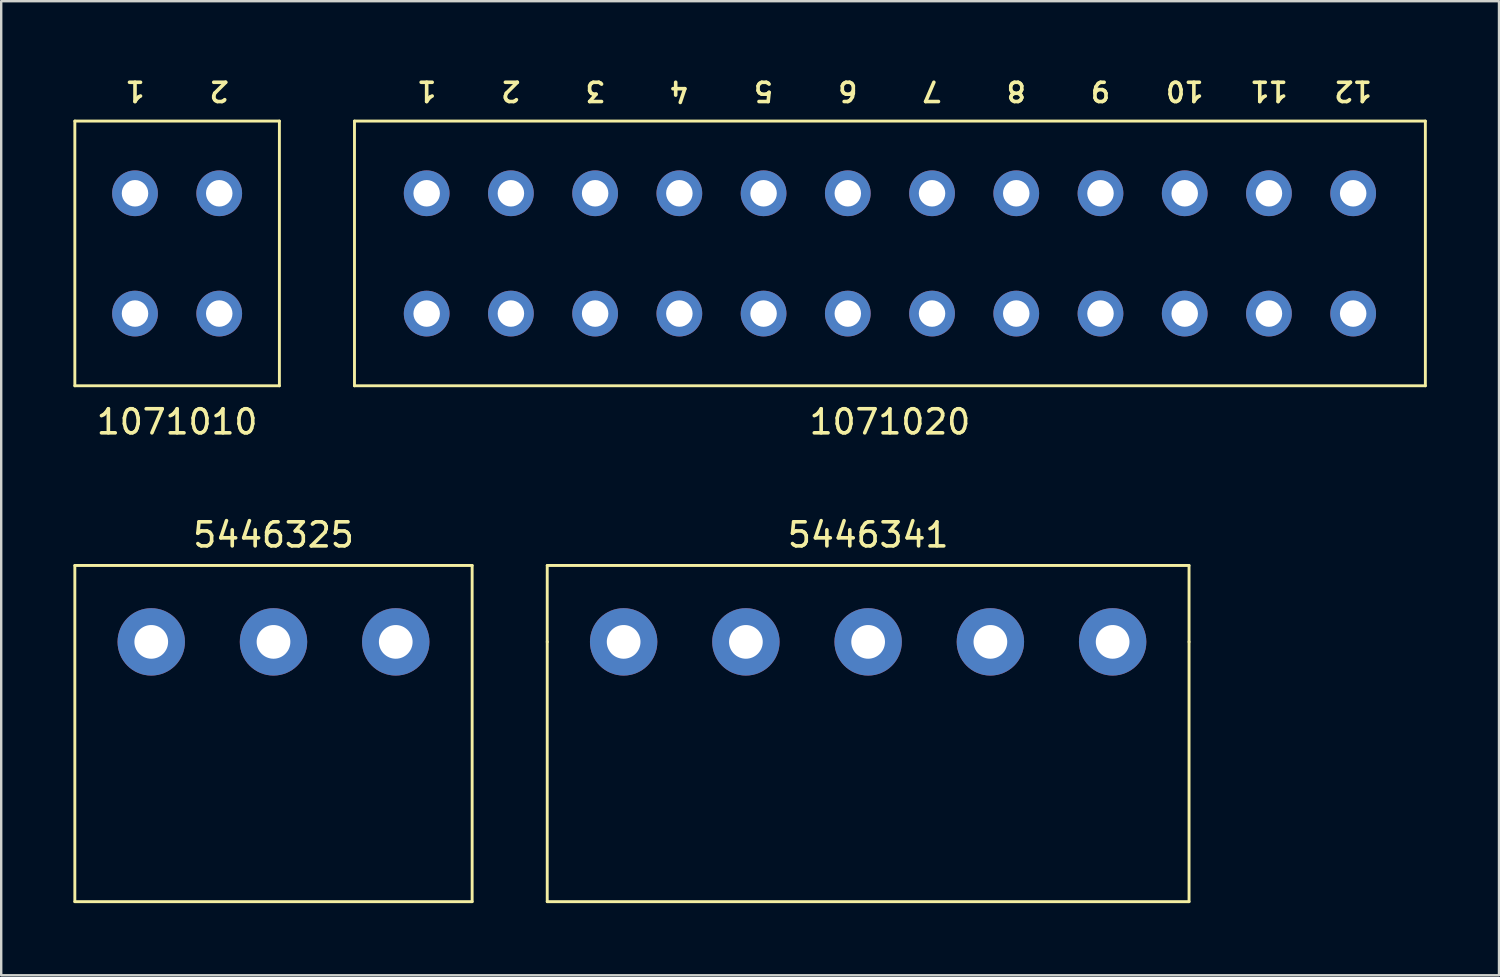
<source format=kicad_pcb>
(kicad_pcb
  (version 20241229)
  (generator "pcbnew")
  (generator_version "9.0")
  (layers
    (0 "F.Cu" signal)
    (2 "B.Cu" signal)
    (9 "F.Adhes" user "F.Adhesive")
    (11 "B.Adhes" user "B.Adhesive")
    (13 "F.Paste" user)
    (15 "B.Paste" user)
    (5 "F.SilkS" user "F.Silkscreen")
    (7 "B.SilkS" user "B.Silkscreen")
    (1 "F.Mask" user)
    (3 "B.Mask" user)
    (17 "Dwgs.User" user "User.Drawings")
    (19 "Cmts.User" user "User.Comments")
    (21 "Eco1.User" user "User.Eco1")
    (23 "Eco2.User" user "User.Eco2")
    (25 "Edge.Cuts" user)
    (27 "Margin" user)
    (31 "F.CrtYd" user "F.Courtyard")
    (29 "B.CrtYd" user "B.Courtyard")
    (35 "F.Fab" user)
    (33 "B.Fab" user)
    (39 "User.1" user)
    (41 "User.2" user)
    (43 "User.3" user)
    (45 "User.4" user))
  (footprint "1071010"
    (layer "F.Cu")
    (at 4.31 7.481)
    (property "Reference" "1071010" (at 0 7 0) (layer "F.SilkS") (effects (font (size 1 1) (thickness 0.15))))
    (attr through_hole)
    (fp_line (start -4.25 -5.5) (end -4.25 5.5) (stroke (width 0.12) (type solid)) (layer "F.SilkS"))
    (fp_line (start -4.25 -5.5) (end 4.25 -5.5) (stroke (width 0.12) (type solid)) (layer "F.SilkS"))
    (fp_line (start -4.25 5.5) (end 4.25 5.5) (stroke (width 0.12) (type solid)) (layer "F.SilkS"))
    (fp_line (start 4.25 -5.5) (end 4.25 5.5) (stroke (width 0.12) (type solid)) (layer "F.SilkS"))
    (fp_text user "1" (at -1.75 -6.75 180) (unlocked yes) (layer "F.SilkS") (effects (font (size 0.8 0.8) (thickness 0.15))))
    (fp_text user "2" (at 1.75 -6.75 180) (unlocked yes) (layer "F.SilkS") (effects (font (size 0.8 0.8) (thickness 0.15))))
    (pad "1" thru_hole circle (at -1.75 -2.5) (size 1.9 1.9) (drill 1.1) (layers "*.Cu" "*.Mask"))
    (pad "1" thru_hole circle (at -1.75 2.5) (size 1.9 1.9) (drill 1.1) (layers "*.Cu" "*.Mask"))
    (pad "2" thru_hole circle (at 1.75 -2.5) (size 1.9 1.9) (drill 1.1) (layers "*.Cu" "*.Mask"))
    (pad "2" thru_hole circle (at 1.75 2.5) (size 1.9 1.9) (drill 1.1) (layers "*.Cu" "*.Mask")))
  (footprint "1071020"
    (layer "F.Cu")
    (at 33.93 7.481)
    (property "Reference" "1071020" (at 0 7 0) (layer "F.SilkS") (effects (font (size 1 1) (thickness 0.15))))
    (attr through_hole)
    (fp_line (start -22.25 -5.5) (end -22.25 5.5) (stroke (width 0.12) (type solid)) (layer "F.SilkS"))
    (fp_line (start -22.25 5.5) (end 22.25 5.5) (stroke (width 0.12) (type solid)) (layer "F.SilkS"))
    (fp_line (start 22.25 -5.5) (end -22.25 -5.5) (stroke (width 0.12) (type solid)) (layer "F.SilkS"))
    (fp_line (start 22.25 5.5) (end 22.25 -5.5) (stroke (width 0.12) (type solid)) (layer "F.SilkS"))
    (fp_text user "9" (at 8.75 -6.75 180) (unlocked yes) (layer "F.SilkS") (effects (font (size 0.8 0.8) (thickness 0.15))))
    (fp_text user "12" (at 19.25 -6.75 180) (unlocked yes) (layer "F.SilkS") (effects (font (size 0.8 0.8) (thickness 0.15))))
    (fp_text user "5" (at -5.25 -6.75 180) (unlocked yes) (layer "F.SilkS") (effects (font (size 0.8 0.8) (thickness 0.15))))
    (fp_text user "10" (at 12.25 -6.75 180) (unlocked yes) (layer "F.SilkS") (effects (font (size 0.8 0.8) (thickness 0.15))))
    (fp_text user "11" (at 15.75 -6.75 180) (unlocked yes) (layer "F.SilkS") (effects (font (size 0.8 0.8) (thickness 0.15))))
    (fp_text user "3" (at -12.25 -6.75 180) (unlocked yes) (layer "F.SilkS") (effects (font (size 0.8 0.8) (thickness 0.15))))
    (fp_text user "7" (at 1.75 -6.75 180) (unlocked yes) (layer "F.SilkS") (effects (font (size 0.8 0.8) (thickness 0.15))))
    (fp_text user "1" (at -19.25 -6.75 180) (unlocked yes) (layer "F.SilkS") (effects (font (size 0.8 0.8) (thickness 0.15))))
    (fp_text user "8" (at 5.25 -6.75 180) (unlocked yes) (layer "F.SilkS") (effects (font (size 0.8 0.8) (thickness 0.15))))
    (fp_text user "6" (at -1.75 -6.75 180) (unlocked yes) (layer "F.SilkS") (effects (font (size 0.8 0.8) (thickness 0.15))))
    (fp_text user "4" (at -8.75 -6.75 180) (unlocked yes) (layer "F.SilkS") (effects (font (size 0.8 0.8) (thickness 0.15))))
    (fp_text user "2" (at -15.75 -6.75 180) (unlocked yes) (layer "F.SilkS") (effects (font (size 0.8 0.8) (thickness 0.15))))
    (pad "1" thru_hole circle (at -19.25 -2.5) (size 1.9 1.9) (drill 1.1) (layers "*.Cu" "*.Mask"))
    (pad "1" thru_hole circle (at -19.25 2.5) (size 1.9 1.9) (drill 1.1) (layers "*.Cu" "*.Mask"))
    (pad "2" thru_hole circle (at -15.75 -2.5) (size 1.9 1.9) (drill 1.1) (layers "*.Cu" "*.Mask"))
    (pad "2" thru_hole circle (at -15.75 2.5) (size 1.9 1.9) (drill 1.1) (layers "*.Cu" "*.Mask"))
    (pad "3" thru_hole circle (at -12.25 -2.5) (size 1.9 1.9) (drill 1.1) (layers "*.Cu" "*.Mask"))
    (pad "3" thru_hole circle (at -12.25 2.5) (size 1.9 1.9) (drill 1.1) (layers "*.Cu" "*.Mask"))
    (pad "4" thru_hole circle (at -8.75 -2.5) (size 1.9 1.9) (drill 1.1) (layers "*.Cu" "*.Mask"))
    (pad "4" thru_hole circle (at -8.75 2.5) (size 1.9 1.9) (drill 1.1) (layers "*.Cu" "*.Mask"))
    (pad "5" thru_hole circle (at -5.25 -2.5) (size 1.9 1.9) (drill 1.1) (layers "*.Cu" "*.Mask"))
    (pad "5" thru_hole circle (at -5.25 2.5) (size 1.9 1.9) (drill 1.1) (layers "*.Cu" "*.Mask"))
    (pad "6" thru_hole circle (at -1.75 -2.5) (size 1.9 1.9) (drill 1.1) (layers "*.Cu" "*.Mask"))
    (pad "6" thru_hole circle (at -1.75 2.5) (size 1.9 1.9) (drill 1.1) (layers "*.Cu" "*.Mask"))
    (pad "7" thru_hole circle (at 1.75 -2.5) (size 1.9 1.9) (drill 1.1) (layers "*.Cu" "*.Mask"))
    (pad "7" thru_hole circle (at 1.75 2.5) (size 1.9 1.9) (drill 1.1) (layers "*.Cu" "*.Mask"))
    (pad "8" thru_hole circle (at 5.25 -2.5) (size 1.9 1.9) (drill 1.1) (layers "*.Cu" "*.Mask"))
    (pad "8" thru_hole circle (at 5.25 2.5) (size 1.9 1.9) (drill 1.1) (layers "*.Cu" "*.Mask"))
    (pad "9" thru_hole circle (at 8.75 -2.5) (size 1.9 1.9) (drill 1.1) (layers "*.Cu" "*.Mask"))
    (pad "9" thru_hole circle (at 8.75 2.5) (size 1.9 1.9) (drill 1.1) (layers "*.Cu" "*.Mask"))
    (pad "10" thru_hole circle (at 12.25 -2.5) (size 1.9 1.9) (drill 1.1) (layers "*.Cu" "*.Mask"))
    (pad "10" thru_hole circle (at 12.25 2.5) (size 1.9 1.9) (drill 1.1) (layers "*.Cu" "*.Mask"))
    (pad "11" thru_hole circle (at 15.75 -2.5) (size 1.9 1.9) (drill 1.1) (layers "*.Cu" "*.Mask"))
    (pad "11" thru_hole circle (at 15.75 2.5) (size 1.9 1.9) (drill 1.1) (layers "*.Cu" "*.Mask"))
    (pad "12" thru_hole circle (at 19.25 -2.5) (size 1.9 1.9) (drill 1.1) (layers "*.Cu" "*.Mask"))
    (pad "12" thru_hole circle (at 19.25 2.5) (size 1.9 1.9) (drill 1.1) (layers "*.Cu" "*.Mask")))
  (footprint "5446325"
    (layer "F.Cu")
    (at 8.315 23.623)
    (property "Reference" "5446325" (at 0 -4.445 0) (layer "F.SilkS") (effects (font (size 1 1) (thickness 0.15))))
    (attr through_hole)
    (fp_line (start -8.255 -3.175) (end -8.255 10.795) (stroke (width 0.12) (type solid)) (layer "F.SilkS"))
    (fp_line (start -8.255 -3.175) (end 8.255 -3.175) (stroke (width 0.12) (type solid)) (layer "F.SilkS"))
    (fp_line (start -8.255 10.795) (end 8.255 10.795) (stroke (width 0.12) (type solid)) (layer "F.SilkS"))
    (fp_line (start 8.255 -3.175) (end 8.255 10.795) (stroke (width 0.12) (type solid)) (layer "F.SilkS"))
    (pad "1" thru_hole circle (at -5.08 0) (size 2.8 2.8) (drill 1.4) (layers "*.Cu" "*.Mask"))
    (pad "2" thru_hole circle (at 0 0) (size 2.8 2.8) (drill 1.4) (layers "*.Cu" "*.Mask"))
    (pad "3" thru_hole circle (at 5.08 0) (size 2.8 2.8) (drill 1.4) (layers "*.Cu" "*.Mask")))
  (footprint "5446341"
    (layer "F.Cu")
    (at 33.025 23.623)
    (property "Reference" "5446341" (at 0 -4.445 0) (layer "F.SilkS") (effects (font (size 1 1) (thickness 0.15))))
    (attr through_hole)
    (fp_line (start -13.335 0) (end -13.335 -3.175) (stroke (width 0.12) (type solid)) (layer "F.SilkS"))
    (fp_line (start -13.335 0) (end -13.335 10.795) (stroke (width 0.12) (type solid)) (layer "F.SilkS"))
    (fp_line (start 13.335 -3.175) (end -13.335 -3.175) (stroke (width 0.12) (type solid)) (layer "F.SilkS"))
    (fp_line (start 13.335 0) (end 13.335 -3.175) (stroke (width 0.12) (type solid)) (layer "F.SilkS"))
    (fp_line (start 13.335 0) (end 13.335 10.795) (stroke (width 0.12) (type solid)) (layer "F.SilkS"))
    (fp_line (start 13.335 10.795) (end -13.335 10.795) (stroke (width 0.12) (type solid)) (layer "F.SilkS"))
    (pad "1" thru_hole circle (at -10.16 0) (size 2.8 2.8) (drill 1.4) (layers "*.Cu" "*.Mask"))
    (pad "2" thru_hole circle (at -5.08 0) (size 2.8 2.8) (drill 1.4) (layers "*.Cu" "*.Mask"))
    (pad "3" thru_hole circle (at 0 0) (size 2.8 2.8) (drill 1.4) (layers "*.Cu" "*.Mask"))
    (pad "4" thru_hole circle (at 5.08 0) (size 2.8 2.8) (drill 1.4) (layers "*.Cu" "*.Mask"))
    (pad "5" thru_hole circle (at 10.16 0) (size 2.8 2.8) (drill 1.4) (layers "*.Cu" "*.Mask")))
  (gr_rect
    (start -3 -3)
    (end 59.24 37.478)
    (stroke (width 0.1) (type default))
    (fill no)
    (layer "Edge.Cuts")))
</source>
